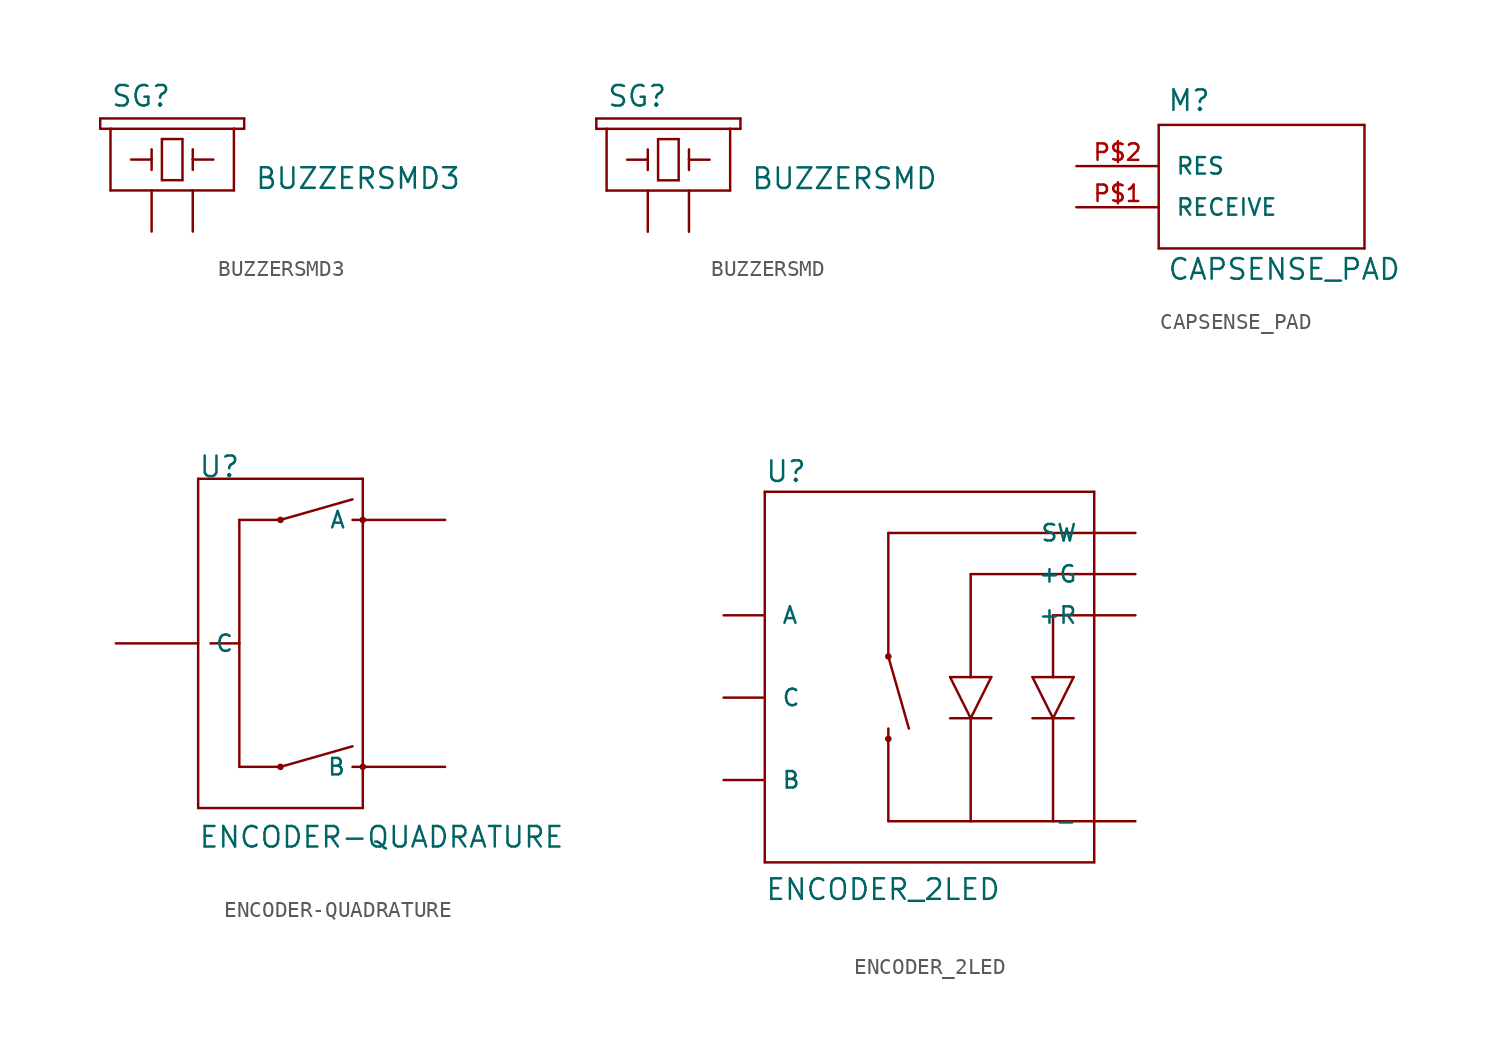
<source format=kicad_sym>
(kicad_symbol_lib
  (version 20220914)
  (generator kicad_symbol_editor)
  (symbol "BUZZERSMD3"
    (pin_numbers hide)
    (pin_names
      (offset 1.016) hide)
    (property "Reference" "SG"
      (at -2.54 5.08 0)
      (effects (font (size 1.27 1.27)) (justify left bottom)))
    (property "Value" "BUZZERSMD3"
      (at 6.35 0 0)
      (effects (font (size 1.27 1.27)) (justify left bottom)))
    (property "ki_locked" ""
      (at 0 0 0)
      (effects (font (size 1.27 1.27))))
    (symbol "BUZZERSMD3_1_0"
      (polyline (pts (xy -3.175 3.81) (xy -2.54 3.81)) (stroke (width 0) (type solid)) (fill (type none)))
      (polyline (pts (xy -3.175 4.445) (xy -3.175 3.81)) (stroke (width 0) (type solid)) (fill (type none)))
      (polyline (pts (xy -2.54 0) (xy 5.08 0)) (stroke (width 0) (type solid)) (fill (type none)))
      (polyline (pts (xy -2.54 3.81) (xy -2.54 0)) (stroke (width 0) (type solid)) (fill (type none)))
      (polyline (pts (xy -2.54 3.81) (xy 5.08 3.81)) (stroke (width 0) (type solid)) (fill (type none)))
      (polyline (pts (xy -1.27 1.905) (xy 0 1.905)) (stroke (width 0) (type solid)) (fill (type none)))
      (polyline (pts (xy 0 1.905) (xy 0 1.27)) (stroke (width 0) (type solid)) (fill (type none)))
      (polyline (pts (xy 0 1.905) (xy 0 2.54)) (stroke (width 0) (type solid)) (fill (type none)))
      (polyline (pts (xy 0.635 0.635) (xy 1.905 0.635)) (stroke (width 0) (type solid)) (fill (type none)))
      (polyline (pts (xy 0.635 3.175) (xy 0.635 0.635)) (stroke (width 0) (type solid)) (fill (type none)))
      (polyline (pts (xy 1.905 0.635) (xy 1.905 3.175)) (stroke (width 0) (type solid)) (fill (type none)))
      (polyline (pts (xy 1.905 3.175) (xy 0.635 3.175)) (stroke (width 0) (type solid)) (fill (type none)))
      (polyline (pts (xy 2.54 1.905) (xy 2.54 1.27)) (stroke (width 0) (type solid)) (fill (type none)))
      (polyline (pts (xy 2.54 1.905) (xy 3.81 1.905)) (stroke (width 0) (type solid)) (fill (type none)))
      (polyline (pts (xy 2.54 2.54) (xy 2.54 1.905)) (stroke (width 0) (type solid)) (fill (type none)))
      (polyline (pts (xy 5.08 0) (xy 5.08 3.81)) (stroke (width 0) (type solid)) (fill (type none)))
      (polyline (pts (xy 5.08 3.81) (xy 5.715 3.81)) (stroke (width 0) (type solid)) (fill (type none)))
      (polyline (pts (xy 5.715 3.81) (xy 5.715 4.445)) (stroke (width 0) (type solid)) (fill (type none)))
      (polyline (pts (xy 5.715 4.445) (xy -3.175 4.445)) (stroke (width 0) (type solid)) (fill (type none))))
    (symbol "BUZZERSMD3_1_1"
      (pin passive line (at 0 -2.54 90) (length 2.54) (name "1" (effects (font (size 1.016 1.016)))) (number "1" (effects (font (size 1.016 1.016)))))
      (pin passive line (at 2.54 -2.54 90) (length 2.54) (name "2" (effects (font (size 1.016 1.016)))) (number "2" (effects (font (size 1.016 1.016)))))))
  (symbol "BUZZERSMD"
    (pin_numbers hide)
    (pin_names
      (offset 1.016) hide)
    (property "Reference" "SG"
      (at -2.54 5.08 0)
      (effects (font (size 1.27 1.27)) (justify left bottom)))
    (property "Value" "BUZZERSMD"
      (at 6.35 0 0)
      (effects (font (size 1.27 1.27)) (justify left bottom)))
    (property "ki_locked" ""
      (at 0 0 0)
      (effects (font (size 1.27 1.27))))
    (symbol "BUZZERSMD_1_0"
      (polyline (pts (xy -3.175 3.81) (xy -2.54 3.81)) (stroke (width 0) (type solid)) (fill (type none)))
      (polyline (pts (xy -3.175 4.445) (xy -3.175 3.81)) (stroke (width 0) (type solid)) (fill (type none)))
      (polyline (pts (xy -2.54 0) (xy 5.08 0)) (stroke (width 0) (type solid)) (fill (type none)))
      (polyline (pts (xy -2.54 3.81) (xy -2.54 0)) (stroke (width 0) (type solid)) (fill (type none)))
      (polyline (pts (xy -2.54 3.81) (xy 5.08 3.81)) (stroke (width 0) (type solid)) (fill (type none)))
      (polyline (pts (xy -1.27 1.905) (xy 0 1.905)) (stroke (width 0) (type solid)) (fill (type none)))
      (polyline (pts (xy 0 1.905) (xy 0 1.27)) (stroke (width 0) (type solid)) (fill (type none)))
      (polyline (pts (xy 0 1.905) (xy 0 2.54)) (stroke (width 0) (type solid)) (fill (type none)))
      (polyline (pts (xy 0.635 0.635) (xy 1.905 0.635)) (stroke (width 0) (type solid)) (fill (type none)))
      (polyline (pts (xy 0.635 3.175) (xy 0.635 0.635)) (stroke (width 0) (type solid)) (fill (type none)))
      (polyline (pts (xy 1.905 0.635) (xy 1.905 3.175)) (stroke (width 0) (type solid)) (fill (type none)))
      (polyline (pts (xy 1.905 3.175) (xy 0.635 3.175)) (stroke (width 0) (type solid)) (fill (type none)))
      (polyline (pts (xy 2.54 1.905) (xy 2.54 1.27)) (stroke (width 0) (type solid)) (fill (type none)))
      (polyline (pts (xy 2.54 1.905) (xy 3.81 1.905)) (stroke (width 0) (type solid)) (fill (type none)))
      (polyline (pts (xy 2.54 2.54) (xy 2.54 1.905)) (stroke (width 0) (type solid)) (fill (type none)))
      (polyline (pts (xy 5.08 0) (xy 5.08 3.81)) (stroke (width 0) (type solid)) (fill (type none)))
      (polyline (pts (xy 5.08 3.81) (xy 5.715 3.81)) (stroke (width 0) (type solid)) (fill (type none)))
      (polyline (pts (xy 5.715 3.81) (xy 5.715 4.445)) (stroke (width 0) (type solid)) (fill (type none)))
      (polyline (pts (xy 5.715 4.445) (xy -3.175 4.445)) (stroke (width 0) (type solid)) (fill (type none))))
    (symbol "BUZZERSMD_1_1"
      (pin passive line (at 0 -2.54 90) (length 2.54) (name "1" (effects (font (size 1.016 1.016)))) (number "P$1" (effects (font (size 1.016 1.016)))))
      (pin passive line (at 2.54 -2.54 90) (length 2.54) (name "2" (effects (font (size 1.016 1.016)))) (number "P$2" (effects (font (size 1.016 1.016)))))))
  (symbol "CAPSENSE_PAD"
    (pin_names
      (offset 1.016))
    (property "Reference" "M"
      (at -4.572 3.302 0)
      (effects (font (size 1.27 1.27)) (justify left bottom)))
    (property "Value" "CAPSENSE_PAD"
      (at -4.572 -7.112 0)
      (effects (font (size 1.27 1.27)) (justify left bottom)))
    (property "ki_locked" ""
      (at 0 0 0)
      (effects (font (size 1.27 1.27))))
    (symbol "CAPSENSE_PAD_1_0"
      (polyline (pts (xy -5.08 -5.08) (xy -5.08 2.54)) (stroke (width 0) (type solid)) (fill (type none)))
      (polyline (pts (xy -5.08 2.54) (xy 7.62 2.54)) (stroke (width 0) (type solid)) (fill (type none)))
      (polyline (pts (xy 7.62 -5.08) (xy -5.08 -5.08)) (stroke (width 0) (type solid)) (fill (type none)))
      (polyline (pts (xy 7.62 2.54) (xy 7.62 -5.08)) (stroke (width 0) (type solid)) (fill (type none))))
    (symbol "CAPSENSE_PAD_1_1"
      (pin bidirectional line (at -10.16 -2.54 0) (length 5.08) (name "RECEIVE" (effects (font (size 1.016 1.016)))) (number "P$1" (effects (font (size 1.016 1.016)))))
      (pin bidirectional line (at -10.16 0 0) (length 5.08) (name "RES" (effects (font (size 1.016 1.016)))) (number "P$2" (effects (font (size 1.016 1.016)))))))
  (symbol "ENCODER-QUADRATURE"
    (pin_numbers hide)
    (pin_names
      (offset 1.016))
    (property "Reference" "U"
      (at -5.08 10.16 0)
      (effects (font (size 1.27 1.27)) (justify left bottom)))
    (property "Value" "ENCODER-QUADRATURE"
      (at -5.08 -12.7 0)
      (effects (font (size 1.27 1.27)) (justify left bottom)))
    (property "ki_locked" ""
      (at 0 0 0)
      (effects (font (size 1.27 1.27))))
    (symbol "ENCODER-QUADRATURE_1_0"
      (polyline (pts (xy -5.08 -10.16) (xy 5.08 -10.16)) (stroke (width 0) (type solid)) (fill (type none)))
      (polyline (pts (xy -5.08 10.16) (xy -5.08 -10.16)) (stroke (width 0) (type solid)) (fill (type none)))
      (polyline (pts (xy -2.54 -7.62) (xy 0 -7.62)) (stroke (width 0) (type solid)) (fill (type none)))
      (polyline (pts (xy -2.54 0) (xy -4.318 0)) (stroke (width 0) (type solid)) (fill (type none)))
      (polyline (pts (xy -2.54 0) (xy -2.54 -7.62)) (stroke (width 0) (type solid)) (fill (type none)))
      (polyline (pts (xy -2.54 7.62) (xy -2.54 0)) (stroke (width 0) (type solid)) (fill (type none)))
      (polyline (pts (xy 0 -7.62) (xy 4.445 -6.35)) (stroke (width 0) (type solid)) (fill (type none)))
      (polyline (pts (xy 0 7.62) (xy -2.54 7.62)) (stroke (width 0) (type solid)) (fill (type none)))
      (polyline (pts (xy 0 7.62) (xy 4.445 8.89)) (stroke (width 0) (type solid)) (fill (type none)))
      (polyline (pts (xy 4.445 -7.62) (xy 5.08 -7.62)) (stroke (width 0) (type solid)) (fill (type none)))
      (polyline (pts (xy 4.445 7.62) (xy 5.08 7.62)) (stroke (width 0) (type solid)) (fill (type none)))
      (polyline (pts (xy 5.08 -10.16) (xy 5.08 10.16)) (stroke (width 0) (type solid)) (fill (type none)))
      (polyline (pts (xy 5.08 10.16) (xy -5.08 10.16)) (stroke (width 0) (type solid)) (fill (type none))))
    (symbol "ENCODER-QUADRATURE_1_1"
      (circle (center 0 -7.62) (radius 0.127) (stroke (width 0) (type solid)) (fill (type outline)))
      (circle (center 0 7.62) (radius 0.127) (stroke (width 0) (type solid)) (fill (type outline)))
      (circle (center 5.08 -7.62) (radius 0.127) (stroke (width 0) (type solid)) (fill (type outline)))
      (circle (center 5.08 7.62) (radius 0.127) (stroke (width 0) (type solid)) (fill (type outline)))
      (pin bidirectional line (at 10.16 7.62 180) (length 5.08) (name "A" (effects (font (size 1.016 1.016)))) (number "A" (effects (font (size 1.016 1.016)))))
      (pin bidirectional line (at 10.16 -7.62 180) (length 5.08) (name "B" (effects (font (size 1.016 1.016)))) (number "B" (effects (font (size 1.016 1.016)))))
      (pin bidirectional line (at -10.16 0 0) (length 5.08) (name "C" (effects (font (size 1.016 1.016)))) (number "C" (effects (font (size 1.016 1.016)))))))
  (symbol "ENCODER_2LED"
    (pin_numbers hide)
    (pin_names
      (offset 1.016))
    (property "Reference" "U"
      (at -10.16 13.208 0)
      (effects (font (size 1.27 1.27)) (justify left bottom)))
    (property "Value" "ENCODER_2LED"
      (at -10.16 -12.573 0)
      (effects (font (size 1.27 1.27)) (justify left bottom)))
    (property "ki_locked" ""
      (at 0 0 0)
      (effects (font (size 1.27 1.27))))
    (symbol "ENCODER_2LED_1_0"
      (polyline (pts (xy -10.16 -10.16) (xy 10.16 -10.16)) (stroke (width 0) (type solid)) (fill (type none)))
      (polyline (pts (xy -10.16 12.7) (xy -10.16 -10.16)) (stroke (width 0) (type solid)) (fill (type none)))
      (polyline (pts (xy -2.54 -7.62) (xy 2.54 -7.62)) (stroke (width 0) (type solid)) (fill (type none)))
      (polyline (pts (xy -2.54 -2.54) (xy -2.54 -7.62)) (stroke (width 0) (type solid)) (fill (type none)))
      (polyline (pts (xy -2.54 -1.905) (xy -2.54 -2.54)) (stroke (width 0) (type solid)) (fill (type none)))
      (polyline (pts (xy -2.54 2.54) (xy -2.54 10.16)) (stroke (width 0) (type solid)) (fill (type none)))
      (polyline (pts (xy -2.54 2.54) (xy -1.27 -1.905)) (stroke (width 0) (type solid)) (fill (type none)))
      (polyline (pts (xy -2.54 10.16) (xy 10.16 10.16)) (stroke (width 0) (type solid)) (fill (type none)))
      (polyline (pts (xy 2.54 -7.62) (xy 7.62 -7.62)) (stroke (width 0) (type solid)) (fill (type none)))
      (polyline (pts (xy 2.54 -1.27) (xy 1.27 -1.27)) (stroke (width 0) (type solid)) (fill (type none)))
      (polyline (pts (xy 2.54 -1.27) (xy 1.27 1.27)) (stroke (width 0) (type solid)) (fill (type none)))
      (polyline (pts (xy 2.54 -1.27) (xy 2.54 -7.62)) (stroke (width 0) (type solid)) (fill (type none)))
      (polyline (pts (xy 2.54 1.27) (xy 1.27 1.27)) (stroke (width 0) (type solid)) (fill (type none)))
      (polyline (pts (xy 2.54 1.27) (xy 2.54 7.62)) (stroke (width 0) (type solid)) (fill (type none)))
      (polyline (pts (xy 2.54 7.62) (xy 10.16 7.62)) (stroke (width 0) (type solid)) (fill (type none)))
      (polyline (pts (xy 3.81 -1.27) (xy 2.54 -1.27)) (stroke (width 0) (type solid)) (fill (type none)))
      (polyline (pts (xy 3.81 1.27) (xy 2.54 -1.27)) (stroke (width 0) (type solid)) (fill (type none)))
      (polyline (pts (xy 3.81 1.27) (xy 2.54 1.27)) (stroke (width 0) (type solid)) (fill (type none)))
      (polyline (pts (xy 7.62 -7.62) (xy 10.16 -7.62)) (stroke (width 0) (type solid)) (fill (type none)))
      (polyline (pts (xy 7.62 -1.27) (xy 6.35 -1.27)) (stroke (width 0) (type solid)) (fill (type none)))
      (polyline (pts (xy 7.62 -1.27) (xy 6.35 1.27)) (stroke (width 0) (type solid)) (fill (type none)))
      (polyline (pts (xy 7.62 -1.27) (xy 7.62 -7.62)) (stroke (width 0) (type solid)) (fill (type none)))
      (polyline (pts (xy 7.62 1.27) (xy 6.35 1.27)) (stroke (width 0) (type solid)) (fill (type none)))
      (polyline (pts (xy 7.62 1.27) (xy 7.62 5.08)) (stroke (width 0) (type solid)) (fill (type none)))
      (polyline (pts (xy 7.62 5.08) (xy 10.16 5.08)) (stroke (width 0) (type solid)) (fill (type none)))
      (polyline (pts (xy 8.89 -1.27) (xy 7.62 -1.27)) (stroke (width 0) (type solid)) (fill (type none)))
      (polyline (pts (xy 8.89 1.27) (xy 7.62 -1.27)) (stroke (width 0) (type solid)) (fill (type none)))
      (polyline (pts (xy 8.89 1.27) (xy 7.62 1.27)) (stroke (width 0) (type solid)) (fill (type none)))
      (polyline (pts (xy 10.16 -10.16) (xy 10.16 -7.62)) (stroke (width 0) (type solid)) (fill (type none)))
      (polyline (pts (xy 10.16 -7.62) (xy 10.16 5.08)) (stroke (width 0) (type solid)) (fill (type none)))
      (polyline (pts (xy 10.16 5.08) (xy 10.16 7.62)) (stroke (width 0) (type solid)) (fill (type none)))
      (polyline (pts (xy 10.16 7.62) (xy 10.16 10.16)) (stroke (width 0) (type solid)) (fill (type none)))
      (polyline (pts (xy 10.16 10.16) (xy 10.16 12.7)) (stroke (width 0) (type solid)) (fill (type none)))
      (polyline (pts (xy 10.16 12.7) (xy -10.16 12.7)) (stroke (width 0) (type solid)) (fill (type none))))
    (symbol "ENCODER_2LED_1_1"
      (circle (center -2.54 -2.54) (radius 0.127) (stroke (width 0) (type solid)) (fill (type outline)))
      (circle (center -2.54 2.54) (radius 0.127) (stroke (width 0) (type solid)) (fill (type outline)))
      (pin passive line (at 12.7 7.62 180) (length 2.54) (name "+G" (effects (font (size 1.016 1.016)))) (number "+G" (effects (font (size 1.016 1.016)))))
      (pin passive line (at 12.7 5.08 180) (length 2.54) (name "+R" (effects (font (size 1.016 1.016)))) (number "+R" (effects (font (size 1.016 1.016)))))
      (pin bidirectional line (at -12.7 5.08 0) (length 2.54) (name "A" (effects (font (size 1.016 1.016)))) (number "A" (effects (font (size 1.016 1.016)))))
      (pin bidirectional line (at -12.7 -5.08 0) (length 2.54) (name "B" (effects (font (size 1.016 1.016)))) (number "B" (effects (font (size 1.016 1.016)))))
      (pin bidirectional line (at -12.7 0 0) (length 2.54) (name "C" (effects (font (size 1.016 1.016)))) (number "C" (effects (font (size 1.016 1.016)))))
      (pin passive line (at 12.7 -7.62 180) (length 2.54) (name "-" (effects (font (size 1.016 1.016)))) (number "GND" (effects (font (size 1.016 1.016)))))
      (pin passive line (at 12.7 10.16 180) (length 2.54) (name "SW" (effects (font (size 1.016 1.016)))) (number "SW" (effects (font (size 1.016 1.016))))))))
</source>
